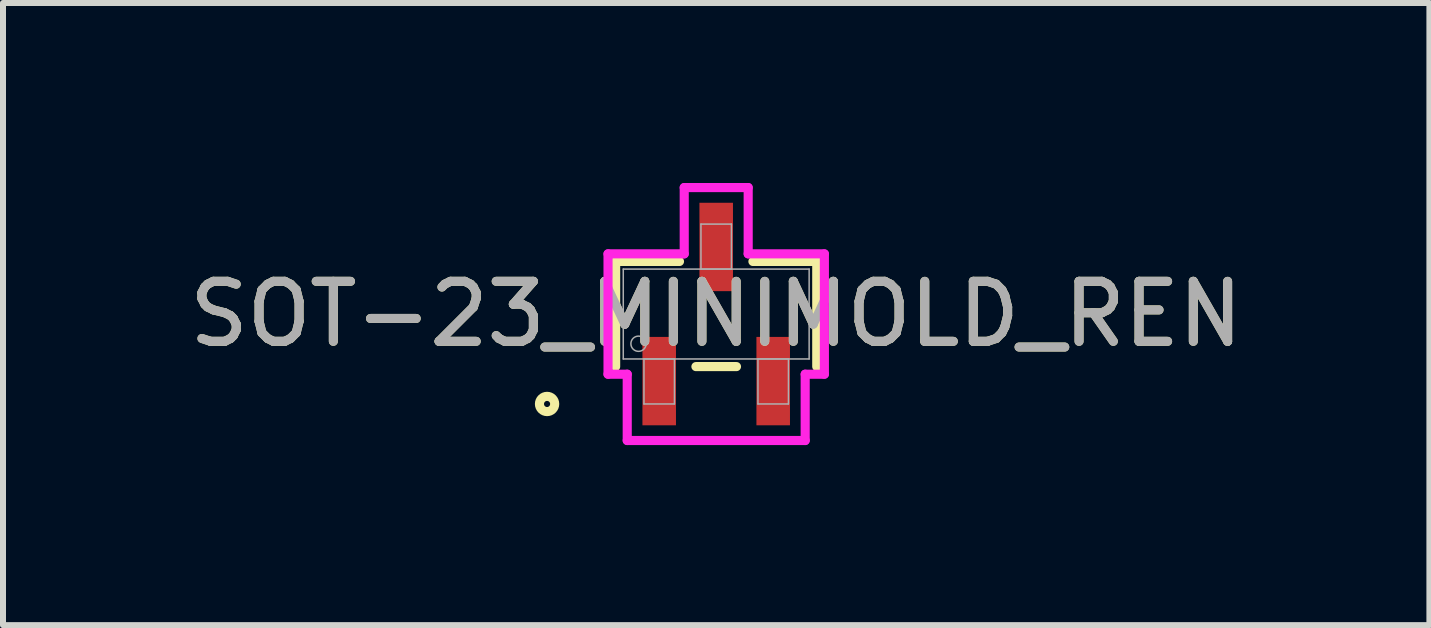
<source format=kicad_pcb>
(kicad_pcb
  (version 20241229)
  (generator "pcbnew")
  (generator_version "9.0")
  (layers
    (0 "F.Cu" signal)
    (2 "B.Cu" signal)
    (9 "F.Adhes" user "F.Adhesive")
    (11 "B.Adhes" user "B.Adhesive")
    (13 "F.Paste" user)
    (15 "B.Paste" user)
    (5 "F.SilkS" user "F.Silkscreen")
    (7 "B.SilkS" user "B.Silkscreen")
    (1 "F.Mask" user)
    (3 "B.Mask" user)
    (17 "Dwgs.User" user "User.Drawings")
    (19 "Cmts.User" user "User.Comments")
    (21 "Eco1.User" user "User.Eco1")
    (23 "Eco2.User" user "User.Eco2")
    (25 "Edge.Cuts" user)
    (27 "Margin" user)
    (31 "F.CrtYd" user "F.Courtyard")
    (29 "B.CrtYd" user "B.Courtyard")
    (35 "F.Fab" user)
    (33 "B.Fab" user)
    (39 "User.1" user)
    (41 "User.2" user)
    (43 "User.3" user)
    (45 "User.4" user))
  (footprint "SOT-23_MINIMOLD_REN"
    (layer "F.Cu")
    (at 8.887 2.184)
    (property "Reference" "SOT-23_MINIMOLD_REN" (at 0 0 0) (unlocked yes) (layer "F.SilkS") (effects (font (size 1 1) (thickness 0.15))))
    (attr smd)
    (fp_line (start -1.676 -0.876) (end -1.676 0.876) (stroke (width 0.152) (type solid)) (layer "F.SilkS"))
    (fp_line (start -0.612 -0.876) (end -1.676 -0.876) (stroke (width 0.152) (type solid)) (layer "F.SilkS"))
    (fp_line (start -0.338 0.876) (end 0.338 0.876) (stroke (width 0.152) (type solid)) (layer "F.SilkS"))
    (fp_line (start 1.676 -0.876) (end 0.612 -0.876) (stroke (width 0.152) (type solid)) (layer "F.SilkS"))
    (fp_line (start 1.676 0.876) (end 1.676 -0.876) (stroke (width 0.152) (type solid)) (layer "F.SilkS"))
    (fp_circle (center -2.819 1.499) (end -2.692 1.499) (stroke (width 0.152) (type solid)) (fill no) (layer "F.SilkS"))
    (fp_line (start -1.803 -1.003) (end -0.533 -1.003) (stroke (width 0.152) (type solid)) (layer "F.CrtYd"))
    (fp_line (start -1.803 1.003) (end -1.803 -1.003) (stroke (width 0.152) (type solid)) (layer "F.CrtYd"))
    (fp_line (start -1.803 1.003) (end -1.483 1.003) (stroke (width 0.152) (type solid)) (layer "F.CrtYd"))
    (fp_line (start -1.483 1.003) (end -1.483 2.108) (stroke (width 0.152) (type solid)) (layer "F.CrtYd"))
    (fp_line (start -1.483 2.108) (end 1.483 2.108) (stroke (width 0.152) (type solid)) (layer "F.CrtYd"))
    (fp_line (start -0.533 -2.108) (end 0.533 -2.108) (stroke (width 0.152) (type solid)) (layer "F.CrtYd"))
    (fp_line (start -0.533 -1.003) (end -0.533 -2.108) (stroke (width 0.152) (type solid)) (layer "F.CrtYd"))
    (fp_line (start 0.533 -1.003) (end 0.533 -2.108) (stroke (width 0.152) (type solid)) (layer "F.CrtYd"))
    (fp_line (start 1.483 1.003) (end 1.483 2.108) (stroke (width 0.152) (type solid)) (layer "F.CrtYd"))
    (fp_line (start 1.803 -1.003) (end 0.533 -1.003) (stroke (width 0.152) (type solid)) (layer "F.CrtYd"))
    (fp_line (start 1.803 -1.003) (end 1.803 1.003) (stroke (width 0.152) (type solid)) (layer "F.CrtYd"))
    (fp_line (start 1.803 1.003) (end 1.483 1.003) (stroke (width 0.152) (type solid)) (layer "F.CrtYd"))
    (fp_line (start -1.549 -0.749) (end -1.549 0.749) (stroke (width 0.025) (type solid)) (layer "F.Fab"))
    (fp_line (start -1.549 0.749) (end 1.549 0.749) (stroke (width 0.025) (type solid)) (layer "F.Fab"))
    (fp_line (start -1.204 0.749) (end -1.204 1.499) (stroke (width 0.025) (type solid)) (layer "F.Fab"))
    (fp_line (start -1.204 1.499) (end -0.696 1.499) (stroke (width 0.025) (type solid)) (layer "F.Fab"))
    (fp_line (start -0.696 0.749) (end -1.204 0.749) (stroke (width 0.025) (type solid)) (layer "F.Fab"))
    (fp_line (start -0.696 1.499) (end -0.696 0.749) (stroke (width 0.025) (type solid)) (layer "F.Fab"))
    (fp_line (start -0.254 -1.499) (end -0.254 -0.749) (stroke (width 0.025) (type solid)) (layer "F.Fab"))
    (fp_line (start -0.254 -0.749) (end 0.254 -0.749) (stroke (width 0.025) (type solid)) (layer "F.Fab"))
    (fp_line (start 0.254 -1.499) (end -0.254 -1.499) (stroke (width 0.025) (type solid)) (layer "F.Fab"))
    (fp_line (start 0.254 -0.749) (end 0.254 -1.499) (stroke (width 0.025) (type solid)) (layer "F.Fab"))
    (fp_line (start 0.696 0.749) (end 0.696 1.499) (stroke (width 0.025) (type solid)) (layer "F.Fab"))
    (fp_line (start 0.696 1.499) (end 1.204 1.499) (stroke (width 0.025) (type solid)) (layer "F.Fab"))
    (fp_line (start 1.204 0.749) (end 0.696 0.749) (stroke (width 0.025) (type solid)) (layer "F.Fab"))
    (fp_line (start 1.204 1.499) (end 1.204 0.749) (stroke (width 0.025) (type solid)) (layer "F.Fab"))
    (fp_line (start 1.549 -0.749) (end -1.549 -0.749) (stroke (width 0.025) (type solid)) (layer "F.Fab"))
    (fp_line (start 1.549 0.749) (end 1.549 -0.749) (stroke (width 0.025) (type solid)) (layer "F.Fab"))
    (fp_circle (center -1.295 0.495) (end -1.168 0.495) (stroke (width 0.025) (type solid)) (fill no) (layer "F.Fab"))
    (fp_text user "${REFERENCE}" (at 0 0 0) (unlocked yes) (layer "F.Fab") (effects (font (size 1 1) (thickness 0.15))))
    (pad "1" smd rect (at -0.95 1.118) (size 0.559 1.473) (layers "F.Cu" "F.Mask" "F.Paste"))
    (pad "2" smd rect (at 0.95 1.118) (size 0.559 1.473) (layers "F.Cu" "F.Mask" "F.Paste"))
    (pad "3" smd rect (at 0 -1.118) (size 0.559 1.473) (layers "F.Cu" "F.Mask" "F.Paste")))
  (gr_rect
    (start -3 -3)
    (end 20.774 7.369)
    (stroke (width 0.1) (type default))
    (fill no)
    (layer "Edge.Cuts")))
</source>
